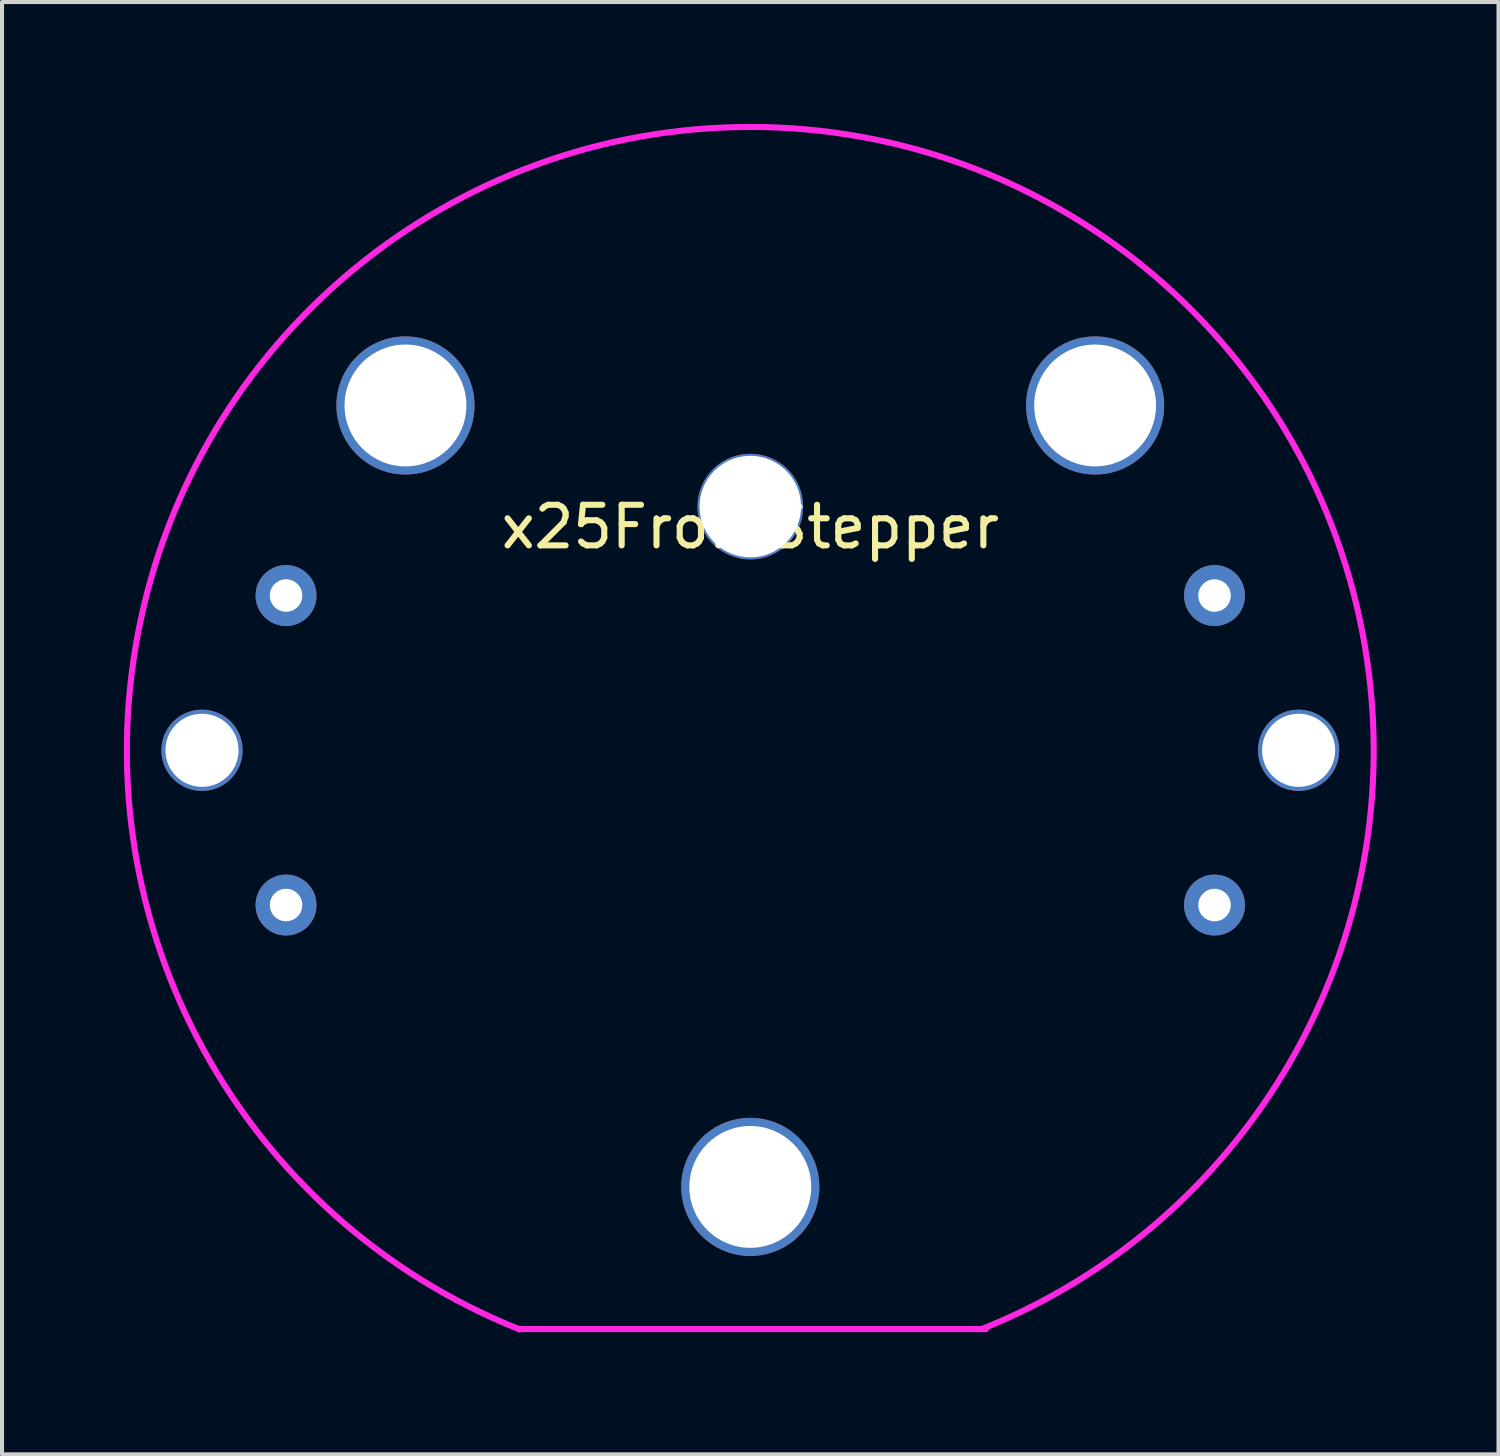
<source format=kicad_pcb>
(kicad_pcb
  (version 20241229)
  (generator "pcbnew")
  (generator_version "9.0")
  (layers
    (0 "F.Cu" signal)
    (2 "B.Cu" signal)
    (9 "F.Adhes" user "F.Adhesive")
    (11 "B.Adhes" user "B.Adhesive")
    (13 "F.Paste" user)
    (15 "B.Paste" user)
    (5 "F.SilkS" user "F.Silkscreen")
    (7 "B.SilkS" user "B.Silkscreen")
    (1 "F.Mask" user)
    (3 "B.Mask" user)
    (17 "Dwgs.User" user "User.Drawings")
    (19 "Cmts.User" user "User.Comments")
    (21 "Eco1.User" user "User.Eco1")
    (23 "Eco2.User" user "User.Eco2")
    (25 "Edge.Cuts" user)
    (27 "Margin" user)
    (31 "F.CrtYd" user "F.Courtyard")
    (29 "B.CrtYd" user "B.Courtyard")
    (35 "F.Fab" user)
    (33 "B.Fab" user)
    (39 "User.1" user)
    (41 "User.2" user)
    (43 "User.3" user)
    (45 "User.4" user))
  (footprint "x25FrontStepper"
    (layer "F.Cu")
    (at 15.423 9.423)
    (property "Reference" "x25FrontStepper" (at 0 0.5 0) (layer "F.SilkS") (effects (font (size 1 1) (thickness 0.15))))
    (attr through_hole)
    (fp_line (start -5.7 20.25) (end 5.8 20.25) (stroke (width 0.15) (type solid)) (layer "F.CrtYd"))
    (fp_arc (start -5.67442 20.260205) (mid -0.01377 -9.347713) (end 5.699999 20.25) (stroke (width 0.15) (type solid)) (layer "F.CrtYd"))
    (pad "" np_thru_hole circle (at -13.5 6) (size 2 2) (drill 1.8) (layers "*.Cu" "*.Mask"))
    (pad "" np_thru_hole circle (at -8.49 -2.49) (size 3.4 3.4) (drill 3) (layers "*.Cu" "*.Mask"))
    (pad "" np_thru_hole circle (at 0 0) (size 2.6 2.6) (drill 2.5) (layers "*.Cu" "*.Mask"))
    (pad "" np_thru_hole circle (at 0 16.75) (size 3.4 3.4) (drill 3) (layers "*.Cu" "*.Mask"))
    (pad "" np_thru_hole circle (at 8.49 -2.49) (size 3.4 3.4) (drill 3) (layers "*.Cu" "*.Mask"))
    (pad "" np_thru_hole circle (at 13.5 6) (size 2 2) (drill 1.8) (layers "*.Cu" "*.Mask"))
    (pad "1" thru_hole circle (at 11.43 2.19) (size 1.5 1.5) (drill 0.8) (layers "*.Cu" "*.Mask"))
    (pad "2" thru_hole circle (at 11.43 9.81) (size 1.5 1.5) (drill 0.8) (layers "*.Cu" "*.Mask"))
    (pad "3" thru_hole circle (at -11.43 2.19) (size 1.5 1.5) (drill 0.8) (layers "*.Cu" "*.Mask"))
    (pad "4" thru_hole circle (at -11.43 9.81) (size 1.5 1.5) (drill 0.8) (layers "*.Cu" "*.Mask")))
  (gr_rect
    (start -3 -3)
    (end 33.845 32.758)
    (stroke (width 0.1) (type default))
    (fill no)
    (layer "Edge.Cuts")))
</source>
